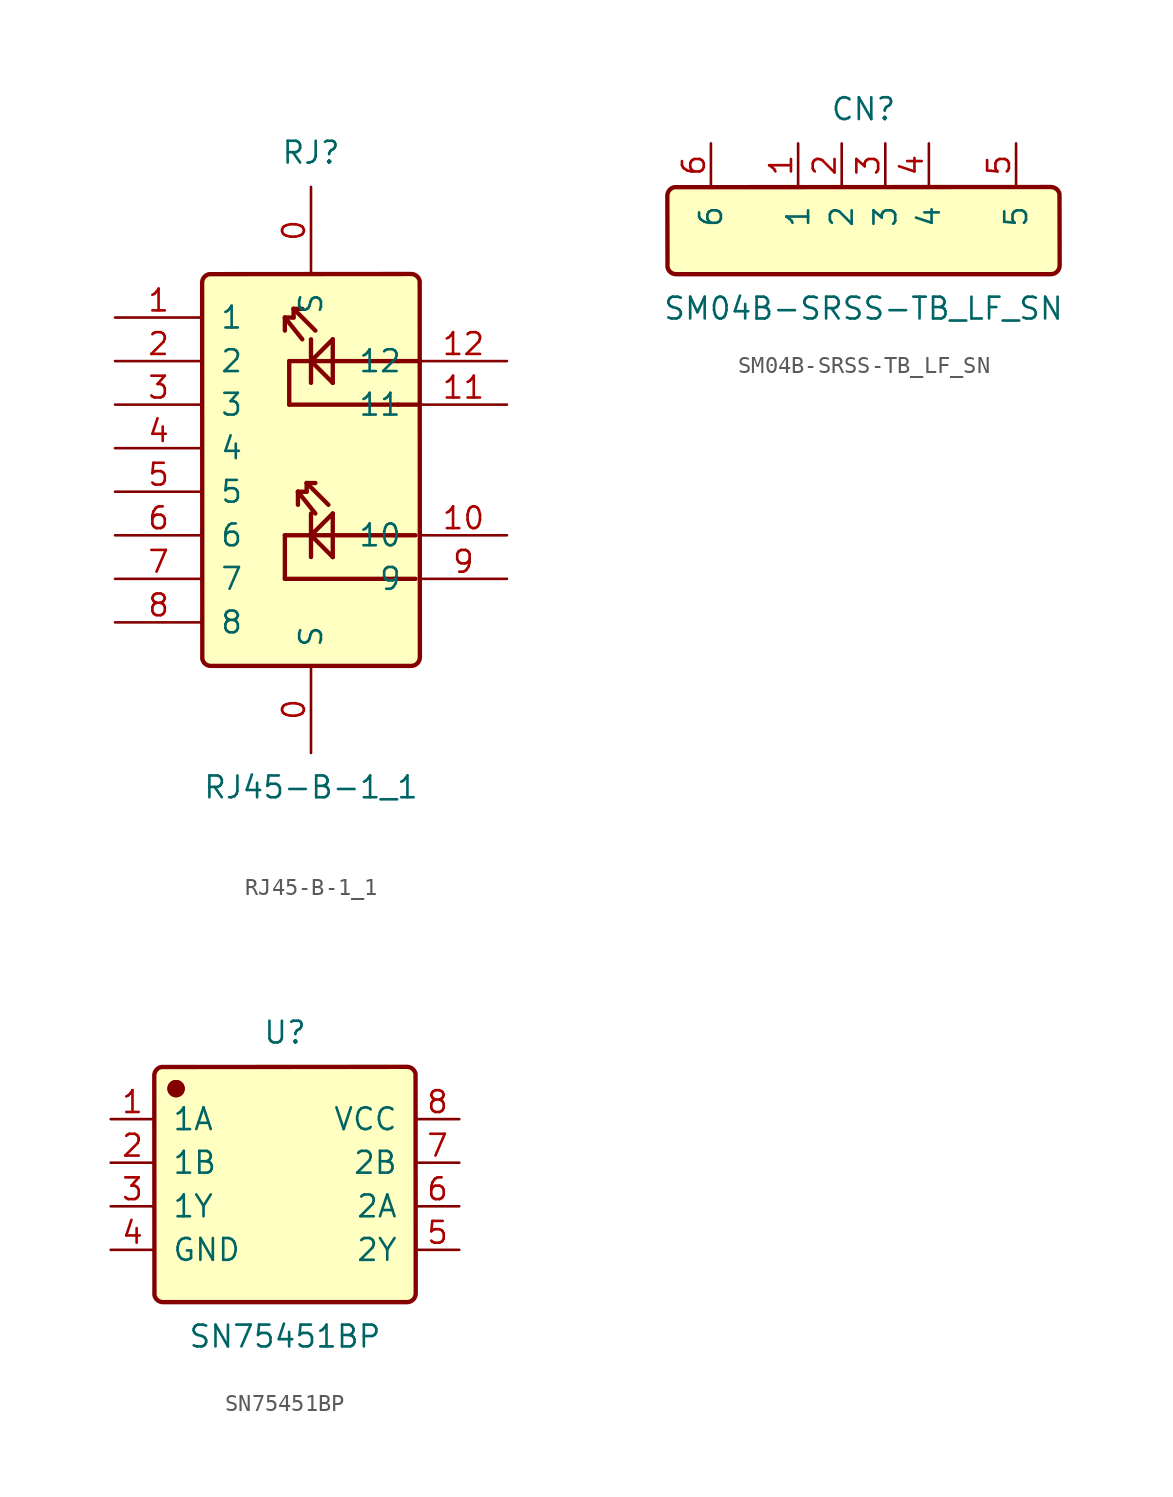
<source format=kicad_sym>
(kicad_symbol_lib
  (version 20241209)
  (generator "JLCImport")
  (generator_version "1.0")
  (symbol "RJ45-B-1_1"
    (pin_names
      (offset 1.016))
    (property "Reference" "RJ"
      (at 0 18.51 0)
      (effects (font (size 1.27 1.27))))
    (property "Value" "RJ45-B-1_1"
      (at 0 -18.51 0)
      (effects (font (size 1.27 1.27))))
    (symbol "RJ45-B-1_1_0_1"
      (polyline (pts (xy 5.842 -11.43) (xy 5.941 -11.42) (xy 6.036 -11.391) (xy 6.124 -11.344) (xy 6.201 -11.281) (xy 6.264 -11.204) (xy 6.311 -11.116) (xy 6.34 -11.021) (xy 6.35 -10.922) (xy 6.34 11.021) (xy 6.311 11.116) (xy 6.264 11.204) (xy 6.201 11.281) (xy 6.124 11.344) (xy 6.036 11.391) (xy 5.941 11.42) (xy 5.842 11.43) (xy -5.941 11.42) (xy -6.036 11.391) (xy -6.124 11.344) (xy -6.201 11.281) (xy -6.264 11.204) (xy -6.311 11.116) (xy -6.34 11.021) (xy -6.35 10.922) (xy -6.34 -11.021) (xy -6.311 -11.116) (xy -6.264 -11.204) (xy -6.201 -11.281) (xy -6.124 -11.344) (xy -6.036 -11.391) (xy -5.941 -11.42) (xy -5.842 -11.43) (xy 5.842 -11.43)) (stroke (width 0.254) (type solid)) (fill (type background)))
      (polyline (pts (xy 6.096 -6.35) (xy 4.826 -6.35)) (stroke (width 0.254) (type solid)) (fill (type none)))
      (polyline (pts (xy 6.096 -3.81) (xy 4.826 -3.81)) (stroke (width 0.254) (type solid)) (fill (type none)))
      (polyline (pts (xy 6.35 3.81) (xy 5.08 3.81)) (stroke (width 0.254) (type solid)) (fill (type none)))
      (polyline (pts (xy 6.35 6.35) (xy 5.08 6.35)) (stroke (width 0.254) (type solid)) (fill (type none)))
      (polyline (pts (xy 1.27 5.08) (xy 1.27 7.62)) (stroke (width 0.254) (type solid)) (fill (type none)))
      (polyline (pts (xy 1.27 7.62) (xy 0 6.35)) (stroke (width 0.254) (type solid)) (fill (type none)))
      (polyline (pts (xy 0 6.35) (xy 1.27 5.08)) (stroke (width 0.254) (type solid)) (fill (type none)))
      (polyline (pts (xy 0 5.08) (xy 0 7.62)) (stroke (width 0.254) (type solid)) (fill (type none)))
      (polyline (pts (xy 5.08 6.35) (xy -1.27 6.35)) (stroke (width 0.254) (type solid)) (fill (type none)))
      (polyline (pts (xy -1.27 6.35) (xy -1.27 3.81)) (stroke (width 0.254) (type solid)) (fill (type none)))
      (polyline (pts (xy -1.27 3.81) (xy 5.08 3.81)) (stroke (width 0.254) (type solid)) (fill (type none)))
      (polyline (pts (xy 1.27 -5.08) (xy 1.27 -2.54)) (stroke (width 0.254) (type solid)) (fill (type none)))
      (polyline (pts (xy 1.27 -2.54) (xy 0 -3.81)) (stroke (width 0.254) (type solid)) (fill (type none)))
      (polyline (pts (xy 0 -3.81) (xy 1.27 -5.08)) (stroke (width 0.254) (type solid)) (fill (type none)))
      (polyline (pts (xy 0 -5.08) (xy 0 -2.54)) (stroke (width 0.254) (type solid)) (fill (type none)))
      (polyline (pts (xy 4.826 -3.81) (xy -1.524 -3.81)) (stroke (width 0.254) (type solid)) (fill (type none)))
      (polyline (pts (xy -1.524 -3.81) (xy -1.524 -6.35)) (stroke (width 0.254) (type solid)) (fill (type none)))
      (polyline (pts (xy -1.524 -6.35) (xy 4.826 -6.35)) (stroke (width 0.254) (type solid)) (fill (type none)))
      (polyline (pts (xy 0.254 -2.54) (xy -0.762 -1.27)) (stroke (width 0.254) (type solid)) (fill (type none)))
      (polyline (pts (xy -0.762 -1.27) (xy -0.254 -1.27)) (stroke (width 0.254) (type solid)) (fill (type none)))
      (polyline (pts (xy -0.762 -1.27) (xy -0.762 -2.032)) (stroke (width 0.254) (type solid)) (fill (type none)))
      (polyline (pts (xy 1.016 -2.032) (xy -0.254 -0.762)) (stroke (width 0.254) (type solid)) (fill (type none)))
      (polyline (pts (xy -0.254 -0.762) (xy 0.254 -0.762)) (stroke (width 0.254) (type solid)) (fill (type none)))
      (polyline (pts (xy -0.254 -0.762) (xy -0.254 -1.27)) (stroke (width 0.254) (type solid)) (fill (type none)))
      (polyline (pts (xy -0.508 7.62) (xy -1.524 8.89)) (stroke (width 0.254) (type solid)) (fill (type none)))
      (polyline (pts (xy -1.524 8.89) (xy -1.016 8.89)) (stroke (width 0.254) (type solid)) (fill (type none)))
      (polyline (pts (xy -1.524 8.89) (xy -1.524 8.128)) (stroke (width 0.254) (type solid)) (fill (type none)))
      (polyline (pts (xy 0.254 8.128) (xy -1.016 9.398)) (stroke (width 0.254) (type solid)) (fill (type none)))
      (polyline (pts (xy -1.016 9.398) (xy -0.508 9.398)) (stroke (width 0.254) (type solid)) (fill (type none)))
      (polyline (pts (xy -1.016 9.398) (xy -1.016 8.89)) (stroke (width 0.254) (type solid)) (fill (type none)))
      (pin unspecified line (at -11.43 8.89 0) (length 5.08) (name "1" (effects (font (size 1.27 1.27)) hide)) (number "1" (effects (font (size 1.27 1.27)))))
      (pin unspecified line (at -11.43 6.35 0) (length 5.08) (name "2" (effects (font (size 1.27 1.27)) hide)) (number "2" (effects (font (size 1.27 1.27)))))
      (pin unspecified line (at -11.43 3.81 0) (length 5.08) (name "3" (effects (font (size 1.27 1.27)) hide)) (number "3" (effects (font (size 1.27 1.27)))))
      (pin unspecified line (at -11.43 1.27 0) (length 5.08) (name "4" (effects (font (size 1.27 1.27)) hide)) (number "4" (effects (font (size 1.27 1.27)))))
      (pin unspecified line (at -11.43 -1.27 0) (length 5.08) (name "5" (effects (font (size 1.27 1.27)) hide)) (number "5" (effects (font (size 1.27 1.27)))))
      (pin unspecified line (at -11.43 -3.81 0) (length 5.08) (name "6" (effects (font (size 1.27 1.27)) hide)) (number "6" (effects (font (size 1.27 1.27)))))
      (pin unspecified line (at -11.43 -6.35 0) (length 5.08) (name "7" (effects (font (size 1.27 1.27)) hide)) (number "7" (effects (font (size 1.27 1.27)))))
      (pin unspecified line (at -11.43 -8.89 0) (length 5.08) (name "8" (effects (font (size 1.27 1.27)) hide)) (number "8" (effects (font (size 1.27 1.27)))))
      (pin unspecified line (at 11.43 -6.35 180) (length 5.08) (name "9" (effects (font (size 1.27 1.27)) hide)) (number "9" (effects (font (size 1.27 1.27)))))
      (pin unspecified line (at 11.43 -3.81 180) (length 5.08) (name "10" (effects (font (size 1.27 1.27)) hide)) (number "10" (effects (font (size 1.27 1.27)))))
      (pin unspecified line (at 11.43 3.81 180) (length 5.08) (name "11" (effects (font (size 1.27 1.27)) hide)) (number "11" (effects (font (size 1.27 1.27)))))
      (pin unspecified line (at 11.43 6.35 180) (length 5.08) (name "12" (effects (font (size 1.27 1.27)) hide)) (number "12" (effects (font (size 1.27 1.27)))))
      (pin unspecified line (at 0 16.51 270) (length 5.08) (name "S" (effects (font (size 1.27 1.27)) hide)) (number "0" (effects (font (size 1.27 1.27)))))
      (pin unspecified line (at 0 -16.51 90) (length 5.08) (name "S" (effects (font (size 1.27 1.27)) hide)) (number "0" (effects (font (size 1.27 1.27)))))))
  (symbol "SM04B-SRSS-TB_LF_SN"
    (pin_names
      (offset 1.016))
    (property "Reference" "CN"
      (at 0 5.81 0)
      (effects (font (size 1.27 1.27))))
    (property "Value" "SM04B-SRSS-TB_LF_SN"
      (at 0 -5.81 0)
      (effects (font (size 1.27 1.27))))
    (symbol "SM04B-SRSS-TB_LF_SN_0_1"
      (polyline (pts (xy 10.922 -3.81) (xy 11.021 -3.8) (xy 11.116 -3.771) (xy 11.204 -3.724) (xy 11.281 -3.661) (xy 11.344 -3.584) (xy 11.391 -3.496) (xy 11.42 -3.401) (xy 11.43 -3.302) (xy 11.42 0.861) (xy 11.391 0.956) (xy 11.344 1.044) (xy 11.281 1.121) (xy 11.204 1.184) (xy 11.116 1.231) (xy 11.021 1.26) (xy 10.922 1.27) (xy -11.021 1.26) (xy -11.116 1.231) (xy -11.204 1.184) (xy -11.281 1.121) (xy -11.344 1.044) (xy -11.391 0.956) (xy -11.42 0.861) (xy -11.43 0.762) (xy -11.42 -3.401) (xy -11.391 -3.496) (xy -11.344 -3.584) (xy -11.281 -3.661) (xy -11.204 -3.724) (xy -11.116 -3.771) (xy -11.021 -3.8) (xy -10.922 -3.81) (xy 10.922 -3.81)) (stroke (width 0.254) (type solid)) (fill (type background)))
      (pin unspecified line (at -3.81 3.81 270) (length 2.54) (name "1" (effects (font (size 1.27 1.27)))) (number "1" (effects (font (size 1.27 1.27)))))
      (pin unspecified line (at -1.27 3.81 270) (length 2.54) (name "2" (effects (font (size 1.27 1.27)))) (number "2" (effects (font (size 1.27 1.27)))))
      (pin unspecified line (at 1.27 3.81 270) (length 2.54) (name "3" (effects (font (size 1.27 1.27)))) (number "3" (effects (font (size 1.27 1.27)))))
      (pin unspecified line (at 3.81 3.81 270) (length 2.54) (name "4" (effects (font (size 1.27 1.27)))) (number "4" (effects (font (size 1.27 1.27)))))
      (pin unspecified line (at 8.89 3.81 270) (length 2.54) (name "5" (effects (font (size 1.27 1.27)))) (number "5" (effects (font (size 1.27 1.27)))))
      (pin unspecified line (at -8.89 3.81 270) (length 2.54) (name "6" (effects (font (size 1.27 1.27)))) (number "6" (effects (font (size 1.27 1.27)))))))
  (symbol "SN75451BP"
    (pin_names
      (offset 1.016))
    (property "Reference" "U"
      (at 0 10.128 0)
      (effects (font (size 1.27 1.27))))
    (property "Value" "SN75451BP"
      (at 0 -7.588 0)
      (effects (font (size 1.27 1.27))))
    (symbol "SN75451BP_0_1"
      (polyline (pts (xy 7.112 -5.588) (xy 7.211 -5.578) (xy 7.306 -5.549) (xy 7.394 -5.502) (xy 7.471 -5.439) (xy 7.534 -5.362) (xy 7.581 -5.274) (xy 7.61 -5.179) (xy 7.62 -5.08) (xy 7.61 7.719) (xy 7.581 7.814) (xy 7.534 7.902) (xy 7.471 7.979) (xy 7.394 8.042) (xy 7.306 8.089) (xy 7.211 8.118) (xy 7.112 8.128) (xy -7.211 8.118) (xy -7.306 8.089) (xy -7.394 8.042) (xy -7.471 7.979) (xy -7.534 7.902) (xy -7.581 7.814) (xy -7.61 7.719) (xy -7.62 7.62) (xy -7.61 -5.179) (xy -7.581 -5.274) (xy -7.534 -5.362) (xy -7.471 -5.439) (xy -7.394 -5.502) (xy -7.306 -5.549) (xy -7.211 -5.578) (xy -7.112 -5.588) (xy 7.112 -5.588)) (stroke (width 0.254) (type solid)) (fill (type background)))
      (circle (center -6.35 6.858) (radius 0.381) (stroke (width 0.254) (type solid)) (fill (type outline)))
      (circle (center -6.35 6.858) (radius 0.381) (stroke (width 0.254) (type solid)) (fill (type outline)))
      (pin unspecified line (at -10.16 5.08 0) (length 2.54) (name "1A" (effects (font (size 1.27 1.27)))) (number "1" (effects (font (size 1.27 1.27)))))
      (pin unspecified line (at -10.16 2.54 0) (length 2.54) (name "1B" (effects (font (size 1.27 1.27)))) (number "2" (effects (font (size 1.27 1.27)))))
      (pin unspecified line (at -10.16 0 0) (length 2.54) (name "1Y" (effects (font (size 1.27 1.27)))) (number "3" (effects (font (size 1.27 1.27)))))
      (pin unspecified line (at -10.16 -2.54 0) (length 2.54) (name "GND" (effects (font (size 1.27 1.27)))) (number "4" (effects (font (size 1.27 1.27)))))
      (pin unspecified line (at 10.16 -2.54 180) (length 2.54) (name "2Y" (effects (font (size 1.27 1.27)))) (number "5" (effects (font (size 1.27 1.27)))))
      (pin unspecified line (at 10.16 0 180) (length 2.54) (name "2A" (effects (font (size 1.27 1.27)))) (number "6" (effects (font (size 1.27 1.27)))))
      (pin unspecified line (at 10.16 2.54 180) (length 2.54) (name "2B" (effects (font (size 1.27 1.27)))) (number "7" (effects (font (size 1.27 1.27)))))
      (pin unspecified line (at 10.16 5.08 180) (length 2.54) (name "VCC" (effects (font (size 1.27 1.27)))) (number "8" (effects (font (size 1.27 1.27))))))))
</source>
